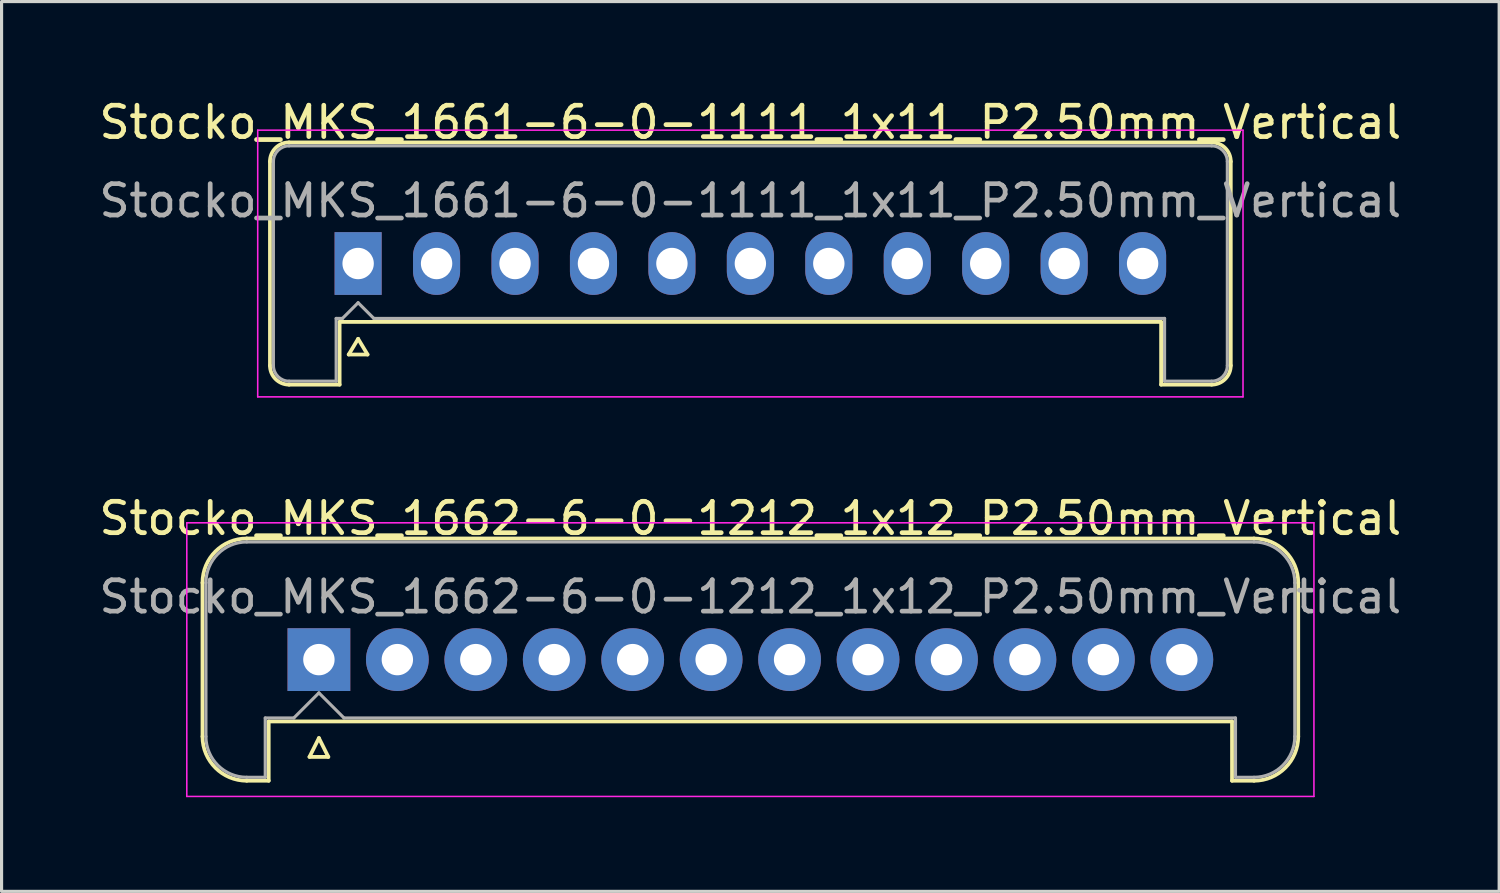
<source format=kicad_pcb>
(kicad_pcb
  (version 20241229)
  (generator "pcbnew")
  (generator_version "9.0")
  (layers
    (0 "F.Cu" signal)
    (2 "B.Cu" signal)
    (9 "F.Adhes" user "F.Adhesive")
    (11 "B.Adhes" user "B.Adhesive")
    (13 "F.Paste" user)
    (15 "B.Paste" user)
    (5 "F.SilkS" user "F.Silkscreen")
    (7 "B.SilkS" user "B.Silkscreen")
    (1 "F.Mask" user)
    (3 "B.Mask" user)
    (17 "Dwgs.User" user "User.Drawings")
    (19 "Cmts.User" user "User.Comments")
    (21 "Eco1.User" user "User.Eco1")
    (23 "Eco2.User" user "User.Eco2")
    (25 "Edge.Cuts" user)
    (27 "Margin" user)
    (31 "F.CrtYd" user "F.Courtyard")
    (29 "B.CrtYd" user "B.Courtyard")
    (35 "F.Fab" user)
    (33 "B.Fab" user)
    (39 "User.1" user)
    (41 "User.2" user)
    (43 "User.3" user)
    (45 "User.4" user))
  (footprint "Stocko_MKS_1662-6-0-1212_1x12_P2.50mm_Vertical"
    (layer "F.Cu")
    (at 7.113 17.971)
    (property "Reference" "Stocko_MKS_1662-6-0-1212_1x12_P2.50mm_Vertical" (at 13.75 -4.5 0) (layer "F.SilkS") (effects (font (size 1 1) (thickness 0.15))))
    (attr through_hole)
    (fp_line (start -3.71 -2.45) (end -3.71 2.45) (stroke (width 0.12) (type solid)) (layer "F.SilkS"))
    (fp_line (start -2.3 -3.86) (end 29.8 -3.86) (stroke (width 0.12) (type solid)) (layer "F.SilkS"))
    (fp_line (start -2.3 3.86) (end -1.6 3.86) (stroke (width 0.12) (type solid)) (layer "F.SilkS"))
    (fp_line (start -1.6 1.97) (end 29.1 1.97) (stroke (width 0.12) (type solid)) (layer "F.SilkS"))
    (fp_line (start -1.6 3.86) (end -1.6 1.97) (stroke (width 0.12) (type solid)) (layer "F.SilkS"))
    (fp_line (start -0.3 3.1) (end 0.3 3.1) (stroke (width 0.12) (type solid)) (layer "F.SilkS"))
    (fp_line (start 0 2.5) (end -0.3 3.1) (stroke (width 0.12) (type solid)) (layer "F.SilkS"))
    (fp_line (start 0.3 3.1) (end 0 2.5) (stroke (width 0.12) (type solid)) (layer "F.SilkS"))
    (fp_line (start 29.1 3.86) (end 29.1 1.97) (stroke (width 0.12) (type solid)) (layer "F.SilkS"))
    (fp_line (start 29.8 3.86) (end 29.1 3.86) (stroke (width 0.12) (type solid)) (layer "F.SilkS"))
    (fp_line (start 31.21 -2.45) (end 31.21 2.45) (stroke (width 0.12) (type solid)) (layer "F.SilkS"))
    (fp_arc (start -3.71 -2.45) (mid -3.297021 -3.447021) (end -2.3 -3.86) (stroke (width 0.12) (type solid)) (layer "F.SilkS"))
    (fp_arc (start -2.3 3.86) (mid -3.297021 3.447021) (end -3.71 2.45) (stroke (width 0.12) (type solid)) (layer "F.SilkS"))
    (fp_arc (start 29.8 -3.86) (mid 30.797021 -3.447021) (end 31.21 -2.45) (stroke (width 0.12) (type solid)) (layer "F.SilkS"))
    (fp_arc (start 31.21 2.45) (mid 30.797021 3.447021) (end 29.8 3.86) (stroke (width 0.12) (type solid)) (layer "F.SilkS"))
    (fp_line (start -4.21 -4.36) (end -4.21 4.36) (stroke (width 0.05) (type solid)) (layer "F.CrtYd"))
    (fp_line (start -4.21 4.36) (end 31.71 4.36) (stroke (width 0.05) (type solid)) (layer "F.CrtYd"))
    (fp_line (start 31.71 -4.36) (end -4.21 -4.36) (stroke (width 0.05) (type solid)) (layer "F.CrtYd"))
    (fp_line (start 31.71 4.36) (end 31.71 -4.36) (stroke (width 0.05) (type solid)) (layer "F.CrtYd"))
    (fp_line (start -3.6 -2.45) (end -3.6 2.45) (stroke (width 0.1) (type solid)) (layer "F.Fab"))
    (fp_line (start -2.3 -3.75) (end 29.8 -3.75) (stroke (width 0.1) (type solid)) (layer "F.Fab"))
    (fp_line (start -2.3 3.75) (end -1.71 3.75) (stroke (width 0.1) (type solid)) (layer "F.Fab"))
    (fp_line (start -1.71 1.86) (end -0.8 1.86) (stroke (width 0.1) (type solid)) (layer "F.Fab"))
    (fp_line (start -1.71 3.75) (end -1.71 1.86) (stroke (width 0.1) (type solid)) (layer "F.Fab"))
    (fp_line (start -0.8 1.86) (end 0 1.06) (stroke (width 0.1) (type solid)) (layer "F.Fab"))
    (fp_line (start 0 1.06) (end 0.8 1.86) (stroke (width 0.1) (type solid)) (layer "F.Fab"))
    (fp_line (start 0.8 1.86) (end 29.21 1.86) (stroke (width 0.1) (type solid)) (layer "F.Fab"))
    (fp_line (start 29.21 3.75) (end 29.21 1.86) (stroke (width 0.1) (type solid)) (layer "F.Fab"))
    (fp_line (start 29.8 3.75) (end 29.21 3.75) (stroke (width 0.1) (type solid)) (layer "F.Fab"))
    (fp_line (start 31.1 -2.45) (end 31.1 2.45) (stroke (width 0.1) (type solid)) (layer "F.Fab"))
    (fp_arc (start -3.6 -2.45) (mid -3.219239 -3.369239) (end -2.3 -3.75) (stroke (width 0.1) (type solid)) (layer "F.Fab"))
    (fp_arc (start -2.3 3.75) (mid -3.219239 3.369239) (end -3.6 2.45) (stroke (width 0.1) (type solid)) (layer "F.Fab"))
    (fp_arc (start 29.8 -3.75) (mid 30.719239 -3.369239) (end 31.1 -2.45) (stroke (width 0.1) (type solid)) (layer "F.Fab"))
    (fp_arc (start 31.1 2.45) (mid 30.719239 3.369239) (end 29.8 3.75) (stroke (width 0.1) (type solid)) (layer "F.Fab"))
    (fp_text user "${REFERENCE}" (at 13.75 -2 0) (layer "F.Fab") (effects (font (size 1 1) (thickness 0.15))))
    (pad "1" thru_hole rect (at 0 0) (size 2 2) (drill 1) (layers "*.Cu" "*.Mask"))
    (pad "2" thru_hole circle (at 2.5 0) (size 2 2) (drill 1) (layers "*.Cu" "*.Mask"))
    (pad "3" thru_hole circle (at 5 0) (size 2 2) (drill 1) (layers "*.Cu" "*.Mask"))
    (pad "4" thru_hole circle (at 7.5 0) (size 2 2) (drill 1) (layers "*.Cu" "*.Mask"))
    (pad "5" thru_hole circle (at 10 0) (size 2 2) (drill 1) (layers "*.Cu" "*.Mask"))
    (pad "6" thru_hole circle (at 12.5 0) (size 2 2) (drill 1) (layers "*.Cu" "*.Mask"))
    (pad "7" thru_hole circle (at 15 0) (size 2 2) (drill 1) (layers "*.Cu" "*.Mask"))
    (pad "8" thru_hole circle (at 17.5 0) (size 2 2) (drill 1) (layers "*.Cu" "*.Mask"))
    (pad "9" thru_hole circle (at 20 0) (size 2 2) (drill 1) (layers "*.Cu" "*.Mask"))
    (pad "10" thru_hole circle (at 22.5 0) (size 2 2) (drill 1) (layers "*.Cu" "*.Mask"))
    (pad "11" thru_hole circle (at 25 0) (size 2 2) (drill 1) (layers "*.Cu" "*.Mask"))
    (pad "12" thru_hole circle (at 27.5 0) (size 2 2) (drill 1) (layers "*.Cu" "*.Mask")))
  (footprint "Stocko_MKS_1661-6-0-1111_1x11_P2.50mm_Vertical"
    (layer "F.Cu")
    (at 8.363 5.348)
    (property "Reference" "Stocko_MKS_1661-6-0-1111_1x11_P2.50mm_Vertical" (at 12.5 -4.5 0) (layer "F.SilkS") (effects (font (size 1 1) (thickness 0.15))))
    (attr through_hole)
    (fp_line (start -2.81 -3.25) (end -2.81 3.25) (stroke (width 0.12) (type solid)) (layer "F.SilkS"))
    (fp_line (start -2.2 -3.86) (end 27.2 -3.86) (stroke (width 0.12) (type solid)) (layer "F.SilkS"))
    (fp_line (start -2.2 3.86) (end -0.59 3.86) (stroke (width 0.12) (type solid)) (layer "F.SilkS"))
    (fp_line (start -0.59 1.86) (end 25.59 1.86) (stroke (width 0.12) (type solid)) (layer "F.SilkS"))
    (fp_line (start -0.59 3.86) (end -0.59 1.86) (stroke (width 0.12) (type solid)) (layer "F.SilkS"))
    (fp_line (start -0.3 2.9) (end 0.3 2.9) (stroke (width 0.12) (type solid)) (layer "F.SilkS"))
    (fp_line (start 0 2.4) (end -0.3 2.9) (stroke (width 0.12) (type solid)) (layer "F.SilkS"))
    (fp_line (start 0.3 2.9) (end 0 2.4) (stroke (width 0.12) (type solid)) (layer "F.SilkS"))
    (fp_line (start 25.59 3.86) (end 25.59 1.86) (stroke (width 0.12) (type solid)) (layer "F.SilkS"))
    (fp_line (start 27.2 3.86) (end 25.59 3.86) (stroke (width 0.12) (type solid)) (layer "F.SilkS"))
    (fp_line (start 27.81 -3.25) (end 27.81 3.25) (stroke (width 0.12) (type solid)) (layer "F.SilkS"))
    (fp_arc (start -2.81 -3.25) (mid -2.631335 -3.681335) (end -2.2 -3.86) (stroke (width 0.12) (type solid)) (layer "F.SilkS"))
    (fp_arc (start -2.2 3.86) (mid -2.631335 3.681335) (end -2.81 3.25) (stroke (width 0.12) (type solid)) (layer "F.SilkS"))
    (fp_arc (start 27.2 -3.86) (mid 27.631335 -3.681335) (end 27.81 -3.25) (stroke (width 0.12) (type solid)) (layer "F.SilkS"))
    (fp_arc (start 27.81 3.25) (mid 27.631335 3.681335) (end 27.2 3.86) (stroke (width 0.12) (type solid)) (layer "F.SilkS"))
    (fp_line (start -3.2 -4.25) (end -3.2 4.25) (stroke (width 0.05) (type solid)) (layer "F.CrtYd"))
    (fp_line (start -3.2 4.25) (end 28.2 4.25) (stroke (width 0.05) (type solid)) (layer "F.CrtYd"))
    (fp_line (start 28.2 -4.25) (end -3.2 -4.25) (stroke (width 0.05) (type solid)) (layer "F.CrtYd"))
    (fp_line (start 28.2 4.25) (end 28.2 -4.25) (stroke (width 0.05) (type solid)) (layer "F.CrtYd"))
    (fp_line (start -2.7 -3.25) (end -2.7 3.25) (stroke (width 0.1) (type solid)) (layer "F.Fab"))
    (fp_line (start -2.2 -3.75) (end 27.2 -3.75) (stroke (width 0.1) (type solid)) (layer "F.Fab"))
    (fp_line (start -2.2 3.75) (end -0.7 3.75) (stroke (width 0.1) (type solid)) (layer "F.Fab"))
    (fp_line (start -0.7 1.75) (end -0.5 1.75) (stroke (width 0.1) (type solid)) (layer "F.Fab"))
    (fp_line (start -0.7 3.75) (end -0.7 1.75) (stroke (width 0.1) (type solid)) (layer "F.Fab"))
    (fp_line (start -0.5 1.75) (end 0 1.25) (stroke (width 0.1) (type solid)) (layer "F.Fab"))
    (fp_line (start 0 1.25) (end 0.5 1.75) (stroke (width 0.1) (type solid)) (layer "F.Fab"))
    (fp_line (start 0.5 1.75) (end 25.7 1.75) (stroke (width 0.1) (type solid)) (layer "F.Fab"))
    (fp_line (start 25.7 3.75) (end 25.7 1.75) (stroke (width 0.1) (type solid)) (layer "F.Fab"))
    (fp_line (start 27.2 3.75) (end 25.7 3.75) (stroke (width 0.1) (type solid)) (layer "F.Fab"))
    (fp_line (start 27.7 -3.25) (end 27.7 3.25) (stroke (width 0.1) (type solid)) (layer "F.Fab"))
    (fp_arc (start -2.7 -3.25) (mid -2.553553 -3.603553) (end -2.2 -3.75) (stroke (width 0.1) (type solid)) (layer "F.Fab"))
    (fp_arc (start -2.2 3.75) (mid -2.553553 3.603553) (end -2.7 3.25) (stroke (width 0.1) (type solid)) (layer "F.Fab"))
    (fp_arc (start 27.2 -3.75) (mid 27.553553 -3.603553) (end 27.7 -3.25) (stroke (width 0.1) (type solid)) (layer "F.Fab"))
    (fp_arc (start 27.7 3.25) (mid 27.553553 3.603553) (end 27.2 3.75) (stroke (width 0.1) (type solid)) (layer "F.Fab"))
    (fp_text user "${REFERENCE}" (at 12.5 -2 0) (layer "F.Fab") (effects (font (size 1 1) (thickness 0.15))))
    (pad "1" thru_hole rect (at 0 0) (size 1.5 2) (drill 1) (layers "*.Cu" "*.Mask"))
    (pad "2" thru_hole oval (at 2.5 0) (size 1.5 2) (drill 1) (layers "*.Cu" "*.Mask"))
    (pad "3" thru_hole oval (at 5 0) (size 1.5 2) (drill 1) (layers "*.Cu" "*.Mask"))
    (pad "4" thru_hole oval (at 7.5 0) (size 1.5 2) (drill 1) (layers "*.Cu" "*.Mask"))
    (pad "5" thru_hole oval (at 10 0) (size 1.5 2) (drill 1) (layers "*.Cu" "*.Mask"))
    (pad "6" thru_hole oval (at 12.5 0) (size 1.5 2) (drill 1) (layers "*.Cu" "*.Mask"))
    (pad "7" thru_hole oval (at 15 0) (size 1.5 2) (drill 1) (layers "*.Cu" "*.Mask"))
    (pad "8" thru_hole oval (at 17.5 0) (size 1.5 2) (drill 1) (layers "*.Cu" "*.Mask"))
    (pad "9" thru_hole oval (at 20 0) (size 1.5 2) (drill 1) (layers "*.Cu" "*.Mask"))
    (pad "10" thru_hole oval (at 22.5 0) (size 1.5 2) (drill 1) (layers "*.Cu" "*.Mask"))
    (pad "11" thru_hole oval (at 25 0) (size 1.5 2) (drill 1) (layers "*.Cu" "*.Mask")))
  (gr_rect
    (start -3 -3)
    (end 44.726 25.357)
    (stroke (width 0.1) (type default))
    (fill no)
    (layer "Edge.Cuts")))
</source>
